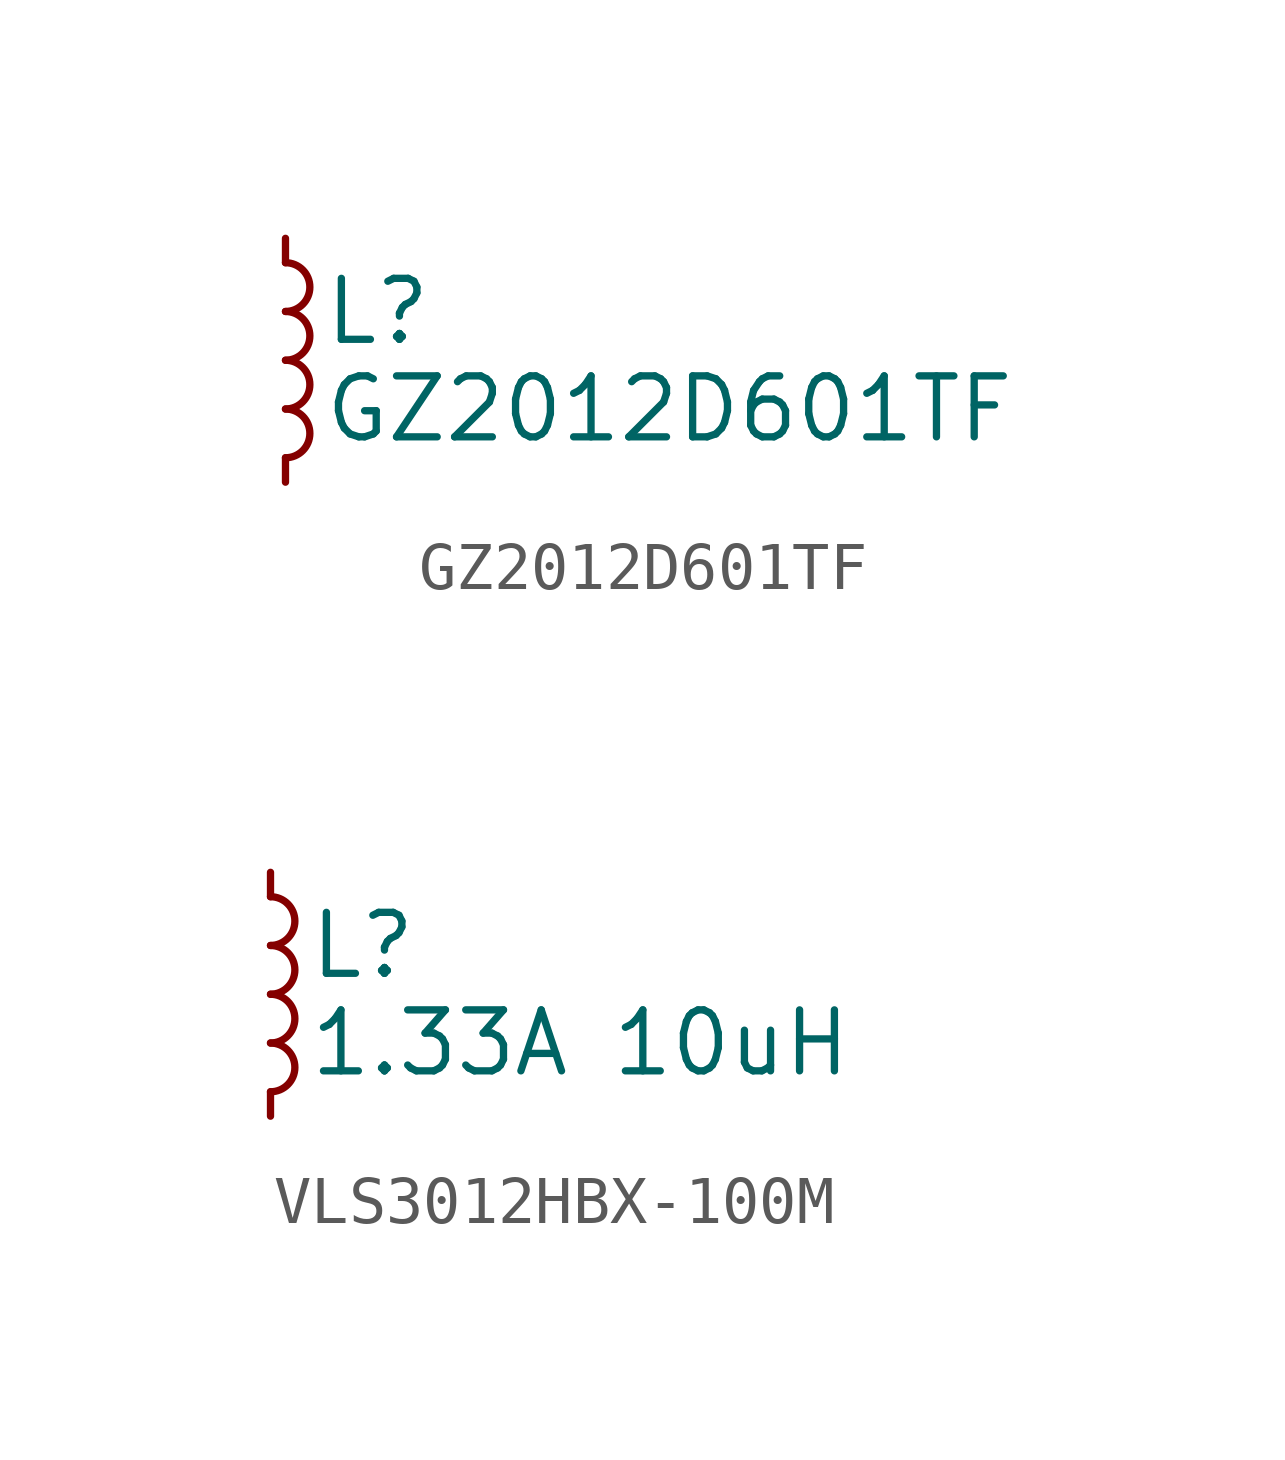
<source format=kicad_sym>
(kicad_symbol_lib
  (version 20241209)
  (generator "kicad_symbol_editor")
  (generator_version "9.0")
  (symbol "GZ2012D601TF"
    (pin_numbers
      (hide yes))
    (pin_names
      (offset 0.254)
      (hide yes))
    (property "Reference" "L"
      (at 0.762 1.016 0)
      (effects (font (size 1.27 1.27)) (justify left)))
    (property "Value" "GZ2012D601TF"
      (at 0.762 -1.016 0)
      (effects (font (size 1.27 1.27)) (justify left)))
    (symbol "GZ2012D601TF_0_1"
      (arc (start 0 2.032) (mid 0.5058 1.524) (end 0 1.016) (stroke (width 0) (type default)) (fill (type none)))
      (arc (start 0 1.016) (mid 0.5058 0.508) (end 0 0) (stroke (width 0) (type default)) (fill (type none)))
      (arc (start 0 0) (mid 0.5058 -0.508) (end 0 -1.016) (stroke (width 0) (type default)) (fill (type none)))
      (arc (start 0 -1.016) (mid 0.5058 -1.524) (end 0 -2.032) (stroke (width 0) (type default)) (fill (type none))))
    (symbol "GZ2012D601TF_1_1"
      (pin passive line (at 0 2.54 270) (length 0.508) (name "~" (effects (font (size 1.27 1.27)))) (number "1" (effects (font (size 1.27 1.27)))))
      (pin passive line (at 0 -2.54 90) (length 0.508) (name "~" (effects (font (size 1.27 1.27)))) (number "2" (effects (font (size 1.27 1.27)))))))
  (symbol "VLS3012HBX-100M"
    (pin_numbers
      (hide yes))
    (pin_names
      (offset 0.254)
      (hide yes))
    (property "Reference" "L"
      (at 0.762 1.016 0)
      (effects (font (size 1.27 1.27)) (justify left)))
    (property "Value" "1.33A 10uH"
      (at 0.762 -1.016 0)
      (effects (font (size 1.27 1.27)) (justify left)))
    (symbol "VLS3012HBX-100M_0_1"
      (arc (start 0 2.032) (mid 0.5058 1.524) (end 0 1.016) (stroke (width 0) (type default)) (fill (type none)))
      (arc (start 0 1.016) (mid 0.5058 0.508) (end 0 0) (stroke (width 0) (type default)) (fill (type none)))
      (arc (start 0 0) (mid 0.5058 -0.508) (end 0 -1.016) (stroke (width 0) (type default)) (fill (type none)))
      (arc (start 0 -1.016) (mid 0.5058 -1.524) (end 0 -2.032) (stroke (width 0) (type default)) (fill (type none))))
    (symbol "VLS3012HBX-100M_1_1"
      (pin passive line (at 0 2.54 270) (length 0.508) (name "~" (effects (font (size 1.27 1.27)))) (number "1" (effects (font (size 1.27 1.27)))))
      (pin passive line (at 0 -2.54 90) (length 0.508) (name "~" (effects (font (size 1.27 1.27)))) (number "2" (effects (font (size 1.27 1.27))))))))
</source>
